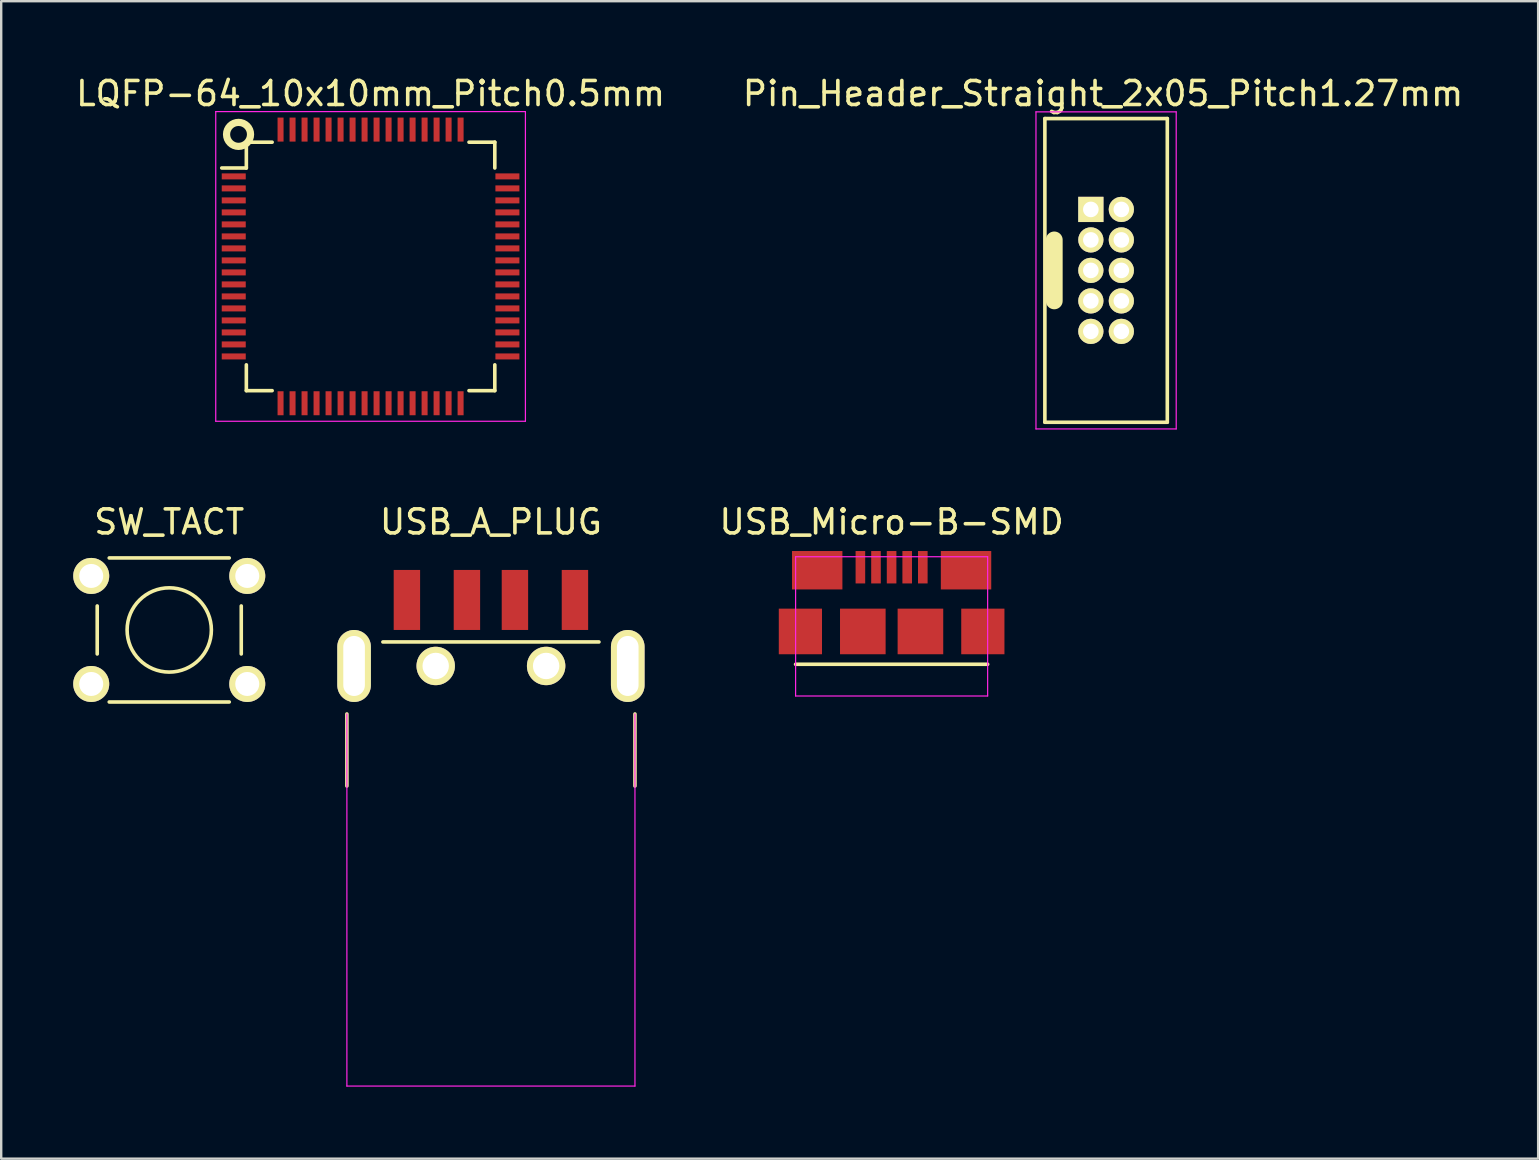
<source format=kicad_pcb>
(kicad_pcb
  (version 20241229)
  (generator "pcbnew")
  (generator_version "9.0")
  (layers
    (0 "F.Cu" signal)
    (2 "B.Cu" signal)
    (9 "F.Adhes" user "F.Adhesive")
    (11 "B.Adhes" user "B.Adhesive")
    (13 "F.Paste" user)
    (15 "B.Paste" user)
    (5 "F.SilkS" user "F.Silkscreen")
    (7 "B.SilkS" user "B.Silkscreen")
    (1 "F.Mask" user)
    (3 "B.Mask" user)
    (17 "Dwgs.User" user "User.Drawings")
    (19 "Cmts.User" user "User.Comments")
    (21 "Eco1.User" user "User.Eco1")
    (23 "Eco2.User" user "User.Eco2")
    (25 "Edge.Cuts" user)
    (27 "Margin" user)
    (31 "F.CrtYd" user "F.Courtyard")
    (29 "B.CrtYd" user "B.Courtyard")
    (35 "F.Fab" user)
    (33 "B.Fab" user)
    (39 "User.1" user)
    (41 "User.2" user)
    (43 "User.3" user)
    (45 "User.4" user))
  (footprint "LQFP-64_10x10mm_Pitch0.5mm"
    (layer "F.Cu")
    (at 12.387 8.048)
    (property "Reference" "LQFP-64_10x10mm_Pitch0.5mm" (at 0 -7.2 0) (layer "F.SilkS") (effects (font (size 1 1) (thickness 0.15))))
    (attr smd)
    (fp_line (start -5.175 -5.175) (end -5.175 -4.1) (stroke (width 0.15) (type solid)) (layer "F.SilkS"))
    (fp_line (start -5.175 -5.175) (end -4.1 -5.175) (stroke (width 0.15) (type solid)) (layer "F.SilkS"))
    (fp_line (start -5.175 -4.1) (end -6.2 -4.1) (stroke (width 0.15) (type solid)) (layer "F.SilkS"))
    (fp_line (start -5.175 5.175) (end -5.175 4.1) (stroke (width 0.15) (type solid)) (layer "F.SilkS"))
    (fp_line (start -5.175 5.175) (end -4.1 5.175) (stroke (width 0.15) (type solid)) (layer "F.SilkS"))
    (fp_line (start 5.175 -5.175) (end 4.1 -5.175) (stroke (width 0.15) (type solid)) (layer "F.SilkS"))
    (fp_line (start 5.175 -5.175) (end 5.175 -4.1) (stroke (width 0.15) (type solid)) (layer "F.SilkS"))
    (fp_line (start 5.175 5.175) (end 4.1 5.175) (stroke (width 0.15) (type solid)) (layer "F.SilkS"))
    (fp_line (start 5.175 5.175) (end 5.175 4.1) (stroke (width 0.15) (type solid)) (layer "F.SilkS"))
    (fp_circle (center -5.5 -5.5) (end -5.5 -6) (stroke (width 0.3) (type solid)) (fill no) (layer "F.SilkS"))
    (fp_line (start -6.45 -6.45) (end -6.45 6.45) (stroke (width 0.05) (type solid)) (layer "F.CrtYd"))
    (fp_line (start -6.45 -6.45) (end 6.45 -6.45) (stroke (width 0.05) (type solid)) (layer "F.CrtYd"))
    (fp_line (start -6.45 6.45) (end 6.45 6.45) (stroke (width 0.05) (type solid)) (layer "F.CrtYd"))
    (fp_line (start 6.45 -6.45) (end 6.45 6.45) (stroke (width 0.05) (type solid)) (layer "F.CrtYd"))
    (pad "1" smd rect (at -5.7 -3.75) (size 1 0.25) (layers "F.Cu" "F.Mask" "F.Paste"))
    (pad "2" smd rect (at -5.7 -3.25) (size 1 0.25) (layers "F.Cu" "F.Mask" "F.Paste"))
    (pad "3" smd rect (at -5.7 -2.75) (size 1 0.25) (layers "F.Cu" "F.Mask" "F.Paste"))
    (pad "4" smd rect (at -5.7 -2.25) (size 1 0.25) (layers "F.Cu" "F.Mask" "F.Paste"))
    (pad "5" smd rect (at -5.7 -1.75) (size 1 0.25) (layers "F.Cu" "F.Mask" "F.Paste"))
    (pad "6" smd rect (at -5.7 -1.25) (size 1 0.25) (layers "F.Cu" "F.Mask" "F.Paste"))
    (pad "7" smd rect (at -5.7 -0.75) (size 1 0.25) (layers "F.Cu" "F.Mask" "F.Paste"))
    (pad "8" smd rect (at -5.7 -0.25) (size 1 0.25) (layers "F.Cu" "F.Mask" "F.Paste"))
    (pad "9" smd rect (at -5.7 0.25) (size 1 0.25) (layers "F.Cu" "F.Mask" "F.Paste"))
    (pad "10" smd rect (at -5.7 0.75) (size 1 0.25) (layers "F.Cu" "F.Mask" "F.Paste"))
    (pad "11" smd rect (at -5.7 1.25) (size 1 0.25) (layers "F.Cu" "F.Mask" "F.Paste"))
    (pad "12" smd rect (at -5.7 1.75) (size 1 0.25) (layers "F.Cu" "F.Mask" "F.Paste"))
    (pad "13" smd rect (at -5.7 2.25) (size 1 0.25) (layers "F.Cu" "F.Mask" "F.Paste"))
    (pad "14" smd rect (at -5.7 2.75) (size 1 0.25) (layers "F.Cu" "F.Mask" "F.Paste"))
    (pad "15" smd rect (at -5.7 3.25) (size 1 0.25) (layers "F.Cu" "F.Mask" "F.Paste"))
    (pad "16" smd rect (at -5.7 3.75) (size 1 0.25) (layers "F.Cu" "F.Mask" "F.Paste"))
    (pad "17" smd rect (at -3.75 5.7 90) (size 1 0.25) (layers "F.Cu" "F.Mask" "F.Paste"))
    (pad "18" smd rect (at -3.25 5.7 90) (size 1 0.25) (layers "F.Cu" "F.Mask" "F.Paste"))
    (pad "19" smd rect (at -2.75 5.7 90) (size 1 0.25) (layers "F.Cu" "F.Mask" "F.Paste"))
    (pad "20" smd rect (at -2.25 5.7 90) (size 1 0.25) (layers "F.Cu" "F.Mask" "F.Paste"))
    (pad "21" smd rect (at -1.75 5.7 90) (size 1 0.25) (layers "F.Cu" "F.Mask" "F.Paste"))
    (pad "22" smd rect (at -1.25 5.7 90) (size 1 0.25) (layers "F.Cu" "F.Mask" "F.Paste"))
    (pad "23" smd rect (at -0.75 5.7 90) (size 1 0.25) (layers "F.Cu" "F.Mask" "F.Paste"))
    (pad "24" smd rect (at -0.25 5.7 90) (size 1 0.25) (layers "F.Cu" "F.Mask" "F.Paste"))
    (pad "25" smd rect (at 0.25 5.7 90) (size 1 0.25) (layers "F.Cu" "F.Mask" "F.Paste"))
    (pad "26" smd rect (at 0.75 5.7 90) (size 1 0.25) (layers "F.Cu" "F.Mask" "F.Paste"))
    (pad "27" smd rect (at 1.25 5.7 90) (size 1 0.25) (layers "F.Cu" "F.Mask" "F.Paste"))
    (pad "28" smd rect (at 1.75 5.7 90) (size 1 0.25) (layers "F.Cu" "F.Mask" "F.Paste"))
    (pad "29" smd rect (at 2.25 5.7 90) (size 1 0.25) (layers "F.Cu" "F.Mask" "F.Paste"))
    (pad "30" smd rect (at 2.75 5.7 90) (size 1 0.25) (layers "F.Cu" "F.Mask" "F.Paste"))
    (pad "31" smd rect (at 3.25 5.7 90) (size 1 0.25) (layers "F.Cu" "F.Mask" "F.Paste"))
    (pad "32" smd rect (at 3.75 5.7 90) (size 1 0.25) (layers "F.Cu" "F.Mask" "F.Paste"))
    (pad "33" smd rect (at 5.7 3.75) (size 1 0.25) (layers "F.Cu" "F.Mask" "F.Paste"))
    (pad "34" smd rect (at 5.7 3.25) (size 1 0.25) (layers "F.Cu" "F.Mask" "F.Paste"))
    (pad "35" smd rect (at 5.7 2.75) (size 1 0.25) (layers "F.Cu" "F.Mask" "F.Paste"))
    (pad "36" smd rect (at 5.7 2.25) (size 1 0.25) (layers "F.Cu" "F.Mask" "F.Paste"))
    (pad "37" smd rect (at 5.7 1.75) (size 1 0.25) (layers "F.Cu" "F.Mask" "F.Paste"))
    (pad "38" smd rect (at 5.7 1.25) (size 1 0.25) (layers "F.Cu" "F.Mask" "F.Paste"))
    (pad "39" smd rect (at 5.7 0.75) (size 1 0.25) (layers "F.Cu" "F.Mask" "F.Paste"))
    (pad "40" smd rect (at 5.7 0.25) (size 1 0.25) (layers "F.Cu" "F.Mask" "F.Paste"))
    (pad "41" smd rect (at 5.7 -0.25) (size 1 0.25) (layers "F.Cu" "F.Mask" "F.Paste"))
    (pad "42" smd rect (at 5.7 -0.75) (size 1 0.25) (layers "F.Cu" "F.Mask" "F.Paste"))
    (pad "43" smd rect (at 5.7 -1.25) (size 1 0.25) (layers "F.Cu" "F.Mask" "F.Paste"))
    (pad "44" smd rect (at 5.7 -1.75) (size 1 0.25) (layers "F.Cu" "F.Mask" "F.Paste"))
    (pad "45" smd rect (at 5.7 -2.25) (size 1 0.25) (layers "F.Cu" "F.Mask" "F.Paste"))
    (pad "46" smd rect (at 5.7 -2.75) (size 1 0.25) (layers "F.Cu" "F.Mask" "F.Paste"))
    (pad "47" smd rect (at 5.7 -3.25) (size 1 0.25) (layers "F.Cu" "F.Mask" "F.Paste"))
    (pad "48" smd rect (at 5.7 -3.75) (size 1 0.25) (layers "F.Cu" "F.Mask" "F.Paste"))
    (pad "49" smd rect (at 3.75 -5.7 90) (size 1 0.25) (layers "F.Cu" "F.Mask" "F.Paste"))
    (pad "50" smd rect (at 3.25 -5.7 90) (size 1 0.25) (layers "F.Cu" "F.Mask" "F.Paste"))
    (pad "51" smd rect (at 2.75 -5.7 90) (size 1 0.25) (layers "F.Cu" "F.Mask" "F.Paste"))
    (pad "52" smd rect (at 2.25 -5.7 90) (size 1 0.25) (layers "F.Cu" "F.Mask" "F.Paste"))
    (pad "53" smd rect (at 1.75 -5.7 90) (size 1 0.25) (layers "F.Cu" "F.Mask" "F.Paste"))
    (pad "54" smd rect (at 1.25 -5.7 90) (size 1 0.25) (layers "F.Cu" "F.Mask" "F.Paste"))
    (pad "55" smd rect (at 0.75 -5.7 90) (size 1 0.25) (layers "F.Cu" "F.Mask" "F.Paste"))
    (pad "56" smd rect (at 0.25 -5.7 90) (size 1 0.25) (layers "F.Cu" "F.Mask" "F.Paste"))
    (pad "57" smd rect (at -0.25 -5.7 90) (size 1 0.25) (layers "F.Cu" "F.Mask" "F.Paste"))
    (pad "58" smd rect (at -0.75 -5.7 90) (size 1 0.25) (layers "F.Cu" "F.Mask" "F.Paste"))
    (pad "59" smd rect (at -1.25 -5.7 90) (size 1 0.25) (layers "F.Cu" "F.Mask" "F.Paste"))
    (pad "60" smd rect (at -1.75 -5.7 90) (size 1 0.25) (layers "F.Cu" "F.Mask" "F.Paste"))
    (pad "61" smd rect (at -2.25 -5.7 90) (size 1 0.25) (layers "F.Cu" "F.Mask" "F.Paste"))
    (pad "62" smd rect (at -2.75 -5.7 90) (size 1 0.25) (layers "F.Cu" "F.Mask" "F.Paste"))
    (pad "63" smd rect (at -3.25 -5.7 90) (size 1 0.25) (layers "F.Cu" "F.Mask" "F.Paste"))
    (pad "64" smd rect (at -3.75 -5.7 90) (size 1 0.25) (layers "F.Cu" "F.Mask" "F.Paste")))
  (footprint "Pin_Header_Straight_2x05_Pitch1.27mm"
    (layer "F.Cu")
    (at 42.391 5.674)
    (property "Reference" "Pin_Header_Straight_2x05_Pitch1.27mm" (at 0.508 -4.826 0) (layer "F.SilkS") (effects (font (size 1 1) (thickness 0.15))))
    (attr through_hole)
    (fp_line (start -1.915 8.865) (end -1.915 -3.785) (stroke (width 0.15) (type solid)) (layer "F.SilkS"))
    (fp_line (start -1.524 1.27) (end -1.524 3.81) (stroke (width 0.7) (type solid)) (layer "F.SilkS"))
    (fp_line (start 3.185 -3.785) (end -1.915 -3.785) (stroke (width 0.15) (type solid)) (layer "F.SilkS"))
    (fp_line (start 3.185 8.865) (end -1.915 8.865) (stroke (width 0.15) (type solid)) (layer "F.SilkS"))
    (fp_line (start 3.185 8.865) (end 3.185 -3.785) (stroke (width 0.15) (type solid)) (layer "F.SilkS"))
    (fp_line (start -2.286 -4.064) (end 3.556 -4.064) (stroke (width 0.05) (type solid)) (layer "F.CrtYd"))
    (fp_line (start -2.286 9.144) (end -2.286 -4.064) (stroke (width 0.05) (type solid)) (layer "F.CrtYd"))
    (fp_line (start 3.556 -4.064) (end 3.556 9.144) (stroke (width 0.05) (type solid)) (layer "F.CrtYd"))
    (fp_line (start 3.556 9.144) (end -2.286 9.144) (stroke (width 0.05) (type solid)) (layer "F.CrtYd"))
    (pad "1" thru_hole rect (at 0 0) (size 1.05 1.05) (drill 0.65) (layers "*.Cu" "*.Mask" "F.SilkS"))
    (pad "2" thru_hole circle (at 1.27 0) (size 1.05 1.05) (drill 0.65) (layers "*.Cu" "*.Mask" "F.SilkS"))
    (pad "3" thru_hole circle (at 0 1.27) (size 1.05 1.05) (drill 0.65) (layers "*.Cu" "*.Mask" "F.SilkS"))
    (pad "4" thru_hole circle (at 1.27 1.27) (size 1.05 1.05) (drill 0.65) (layers "*.Cu" "*.Mask" "F.SilkS"))
    (pad "5" thru_hole circle (at 0 2.54) (size 1.05 1.05) (drill 0.65) (layers "*.Cu" "*.Mask" "F.SilkS"))
    (pad "6" thru_hole circle (at 1.27 2.54) (size 1.05 1.05) (drill 0.65) (layers "*.Cu" "*.Mask" "F.SilkS"))
    (pad "7" thru_hole circle (at 0 3.81) (size 1.05 1.05) (drill 0.65) (layers "*.Cu" "*.Mask" "F.SilkS"))
    (pad "8" thru_hole circle (at 1.27 3.81) (size 1.05 1.05) (drill 0.65) (layers "*.Cu" "*.Mask" "F.SilkS"))
    (pad "9" thru_hole circle (at 0 5.08) (size 1.05 1.05) (drill 0.65) (layers "*.Cu" "*.Mask" "F.SilkS"))
    (pad "10" thru_hole circle (at 1.27 5.08) (size 1.05 1.05) (drill 0.65) (layers "*.Cu" "*.Mask" "F.SilkS")))
  (footprint "USB_A_PLUG"
    (layer "F.Cu")
    (at 17.4 24.692)
    (property "Reference" "USB_A_PLUG" (at 0 -6 0) (layer "F.SilkS") (effects (font (size 1 1) (thickness 0.15))))
    (attr through_hole)
    (fp_line (start -6 2) (end -6 5) (stroke (width 0.15) (type solid)) (layer "F.SilkS"))
    (fp_line (start 4.5 -1) (end -4.5 -1) (stroke (width 0.15) (type solid)) (layer "F.SilkS"))
    (fp_line (start 6 2) (end 6 5) (stroke (width 0.15) (type solid)) (layer "F.SilkS"))
    (fp_line (start -6 2) (end -6 17.5) (stroke (width 0.05) (type solid)) (layer "F.CrtYd"))
    (fp_line (start -6 17.5) (end 6 17.5) (stroke (width 0.05) (type solid)) (layer "F.CrtYd"))
    (fp_line (start 6 17.5) (end 6 2) (stroke (width 0.05) (type solid)) (layer "F.CrtYd"))
    (pad "1" smd rect (at 3.5 -2.75 270) (size 2.5 1.1) (layers "F.Cu" "F.Mask" "F.Paste"))
    (pad "2" smd rect (at 1 -2.75 270) (size 2.5 1.1) (layers "F.Cu" "F.Mask" "F.Paste"))
    (pad "3" smd rect (at -1 -2.75 270) (size 2.5 1.1) (layers "F.Cu" "F.Mask" "F.Paste"))
    (pad "4" smd rect (at -3.5 -2.75 270) (size 2.5 1.1) (layers "F.Cu" "F.Mask" "F.Paste"))
    (pad "5" thru_hole oval (at -5.7 0 270) (size 3 1.4) (drill oval 2.5 0.9) (layers "*.Cu" "*.Mask" "F.SilkS"))
    (pad "5" thru_hole circle (at -2.3 0 270) (size 1.6 1.6) (drill 1.1) (layers "*.Cu" "*.Mask" "F.SilkS"))
    (pad "5" thru_hole circle (at 2.3 0 270) (size 1.6 1.6) (drill 1.1) (layers "*.Cu" "*.Mask" "F.SilkS"))
    (pad "5" thru_hole oval (at 5.7 0 270) (size 3 1.4) (drill oval 2.5 0.9) (layers "*.Cu" "*.Mask" "F.SilkS")))
  (footprint "SW_TACT"
    (layer "F.Cu")
    (at 4 23.192)
    (property "Reference" "SW_TACT" (at 0 -4.5 0) (layer "F.SilkS") (effects (font (size 1 1) (thickness 0.15))))
    (attr through_hole)
    (fp_line (start -3 -1) (end -3 1) (stroke (width 0.15) (type solid)) (layer "F.SilkS"))
    (fp_line (start -2.5 3) (end 2.5 3) (stroke (width 0.15) (type solid)) (layer "F.SilkS"))
    (fp_line (start 2.5 -3) (end -2.5 -3) (stroke (width 0.15) (type solid)) (layer "F.SilkS"))
    (fp_line (start 3 1) (end 3 -1) (stroke (width 0.15) (type solid)) (layer "F.SilkS"))
    (fp_circle (center 0 0) (end 0 -1.755) (stroke (width 0.15) (type solid)) (fill no) (layer "F.SilkS"))
    (pad "1" thru_hole circle (at -3.25 -2.25) (size 1.5 1.5) (drill 1) (layers "*.Cu" "*.Mask" "F.SilkS"))
    (pad "1" thru_hole circle (at 3.25 -2.25) (size 1.5 1.5) (drill 1) (layers "*.Cu" "*.Mask" "F.SilkS"))
    (pad "2" thru_hole circle (at -3.25 2.25) (size 1.5 1.5) (drill 1) (layers "*.Cu" "*.Mask" "F.SilkS"))
    (pad "2" thru_hole circle (at 3.25 2.25) (size 1.5 1.5) (drill 1) (layers "*.Cu" "*.Mask" "F.SilkS")))
  (footprint "USB_Micro-B-SMD"
    (layer "F.Cu")
    (at 34.092 22.142)
    (property "Reference" "USB_Micro-B-SMD" (at 0 -3.45 0) (layer "F.SilkS") (effects (font (size 1 1) (thickness 0.15))))
    (attr smd)
    (fp_line (start 4 2.48) (end -4 2.48) (stroke (width 0.15) (type solid)) (layer "F.SilkS"))
    (fp_line (start -4 -2) (end 4 -2) (stroke (width 0.05) (type solid)) (layer "F.CrtYd"))
    (fp_line (start -4 3.8) (end -4 -2) (stroke (width 0.05) (type solid)) (layer "F.CrtYd"))
    (fp_line (start 4 -2) (end 4 3.8) (stroke (width 0.05) (type solid)) (layer "F.CrtYd"))
    (fp_line (start 4 3.8) (end -4 3.8) (stroke (width 0.05) (type solid)) (layer "F.CrtYd"))
    (pad "1" smd rect (at -1.301 -1.563 90) (size 1.35 0.4) (layers "F.Cu" "F.Mask" "F.Paste"))
    (pad "2" smd rect (at -0.651 -1.563 90) (size 1.35 0.4) (layers "F.Cu" "F.Mask" "F.Paste"))
    (pad "3" smd rect (at -0.001 -1.563 90) (size 1.35 0.4) (layers "F.Cu" "F.Mask" "F.Paste"))
    (pad "4" smd rect (at 0.649 -1.563 90) (size 1.35 0.4) (layers "F.Cu" "F.Mask" "F.Paste"))
    (pad "5" smd rect (at 1.299 -1.563 90) (size 1.35 0.4) (layers "F.Cu" "F.Mask" "F.Paste"))
    (pad "6" smd rect (at -3.8 1.112) (size 1.8 1.9) (layers "F.Cu" "F.Mask" "F.Paste"))
    (pad "6" smd rect (at -3.1 -1.438) (size 2.1 1.6) (layers "F.Cu" "F.Mask" "F.Paste"))
    (pad "6" smd rect (at -1.2 1.112) (size 1.9 1.9) (layers "F.Cu" "F.Mask" "F.Paste"))
    (pad "6" smd rect (at 1.2 1.112) (size 1.9 1.9) (layers "F.Cu" "F.Mask" "F.Paste"))
    (pad "6" smd rect (at 3.1 -1.438) (size 2.1 1.6) (layers "F.Cu" "F.Mask" "F.Paste"))
    (pad "6" smd rect (at 3.8 1.112) (size 1.8 1.9) (layers "F.Cu" "F.Mask" "F.Paste")))
  (gr_rect
    (start -3 -3)
    (end 61.024 45.217)
    (stroke (width 0.1) (type default))
    (fill no)
    (layer "Edge.Cuts")))
</source>
